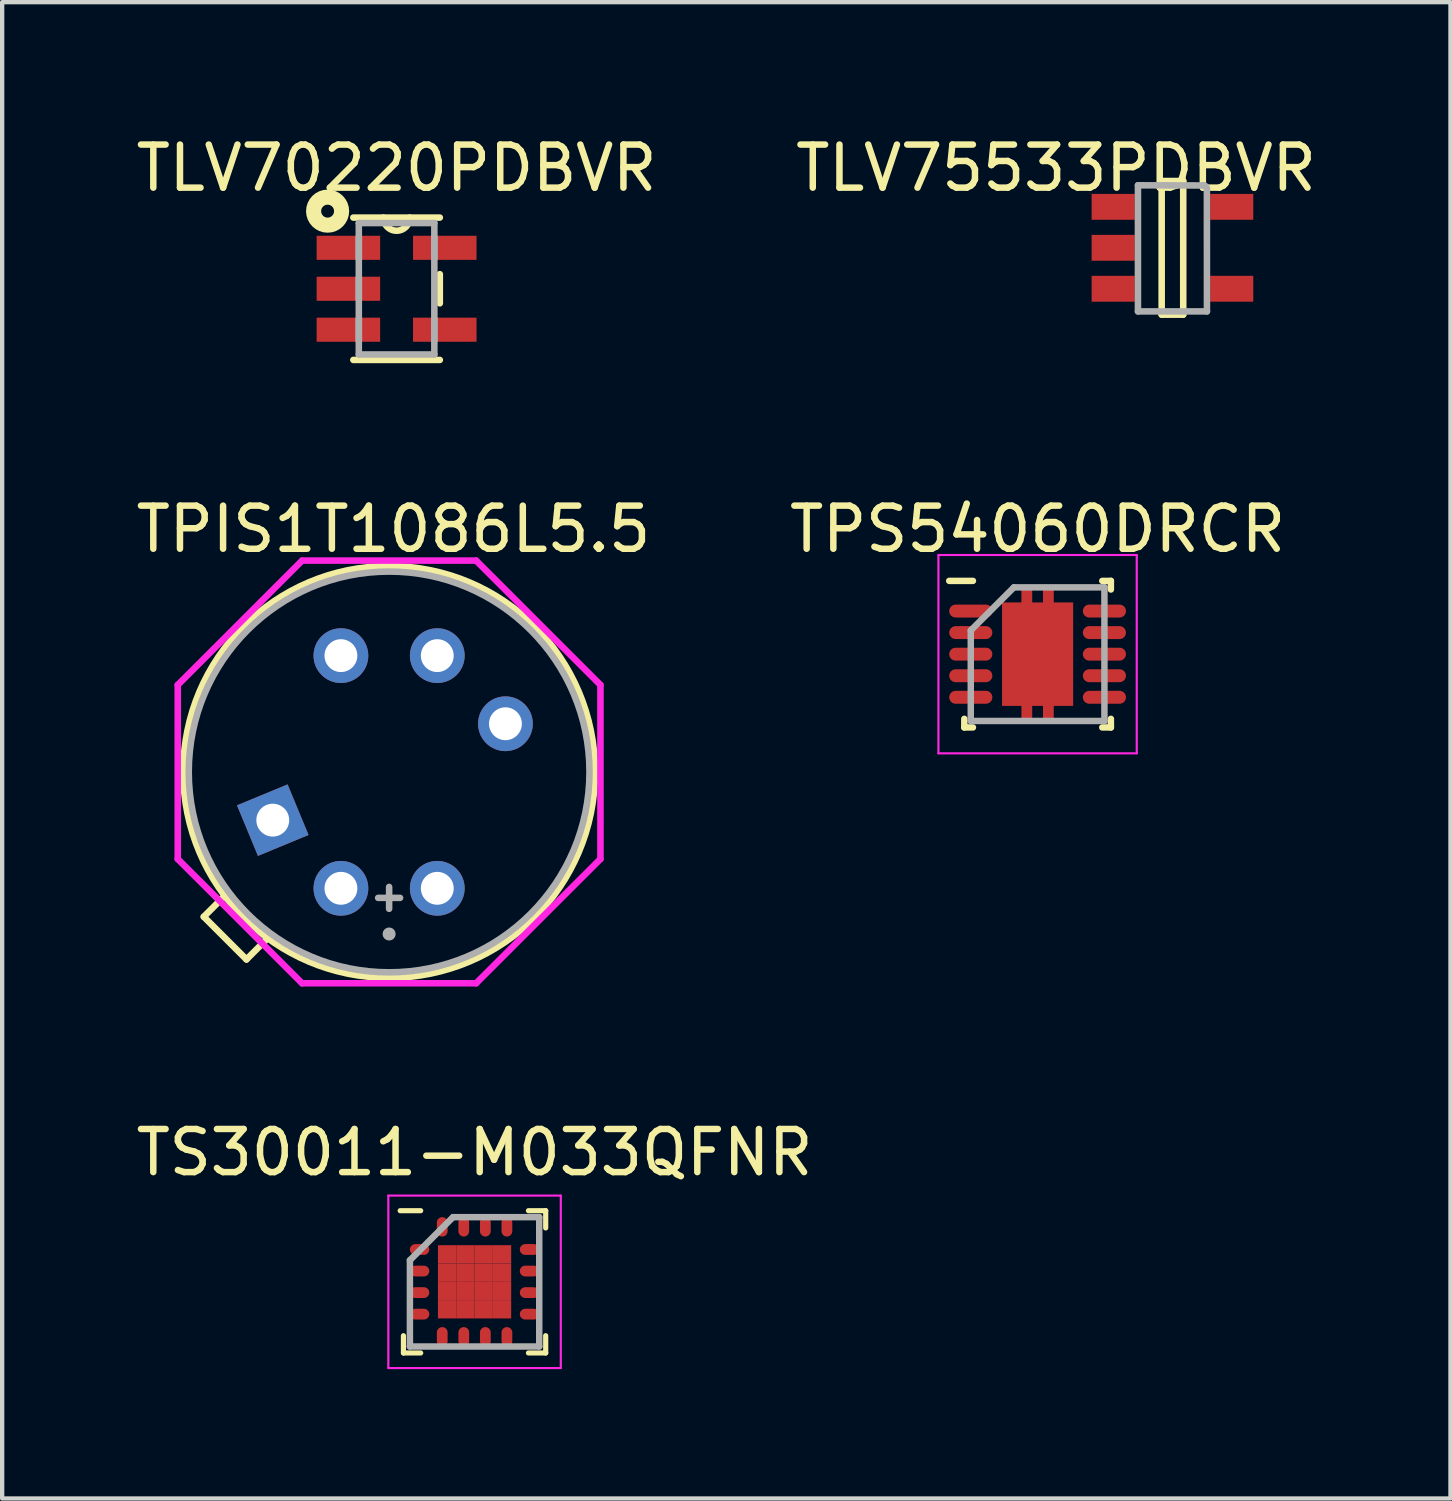
<source format=kicad_pcb>
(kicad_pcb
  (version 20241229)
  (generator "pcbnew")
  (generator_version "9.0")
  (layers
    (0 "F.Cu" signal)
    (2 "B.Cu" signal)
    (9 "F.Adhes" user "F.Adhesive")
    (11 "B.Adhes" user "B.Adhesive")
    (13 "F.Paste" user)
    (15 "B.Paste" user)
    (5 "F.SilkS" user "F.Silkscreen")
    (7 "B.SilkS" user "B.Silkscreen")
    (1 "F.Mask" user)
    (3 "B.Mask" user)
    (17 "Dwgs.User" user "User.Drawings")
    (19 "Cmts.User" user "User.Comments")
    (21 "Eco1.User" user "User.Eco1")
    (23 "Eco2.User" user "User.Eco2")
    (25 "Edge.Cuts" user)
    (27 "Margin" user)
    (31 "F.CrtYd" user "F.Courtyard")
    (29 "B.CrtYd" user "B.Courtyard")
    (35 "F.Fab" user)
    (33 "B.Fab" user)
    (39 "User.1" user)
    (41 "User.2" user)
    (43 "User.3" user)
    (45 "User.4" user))
  (footprint "TLV75533PDBVR"
    (layer "F.Cu")
    (at 24.146 2.698)
    (property "Reference" "TLV75533PDBVR" (at -2.7 -1.85 0) (layer "F.SilkS") (effects (font (size 1 1) (thickness 0.15))))
    (attr through_hole)
    (fp_line (start -0.25 -1.55) (end 0.25 -1.55) (stroke (width 0.152) (type solid)) (layer "F.SilkS"))
    (fp_line (start -0.25 1.55) (end -0.25 -1.55) (stroke (width 0.152) (type solid)) (layer "F.SilkS"))
    (fp_line (start -0.25 1.55) (end 0.25 1.55) (stroke (width 0.152) (type solid)) (layer "F.SilkS"))
    (fp_line (start 0.25 1.55) (end 0.25 -1.55) (stroke (width 0.152) (type solid)) (layer "F.SilkS"))
    (fp_line (start -0.8 -1.45) (end 0.723 -1.446) (stroke (width 0.152) (type solid)) (layer "F.Fab"))
    (fp_line (start -0.8 1.475) (end -0.8 -1.45) (stroke (width 0.152) (type solid)) (layer "F.Fab"))
    (fp_line (start -0.8 1.475) (end 0.8 1.475) (stroke (width 0.152) (type solid)) (layer "F.Fab"))
    (fp_line (start 0.723 -1.446) (end 0.724 -1.446) (stroke (width 0.152) (type solid)) (layer "F.Fab"))
    (fp_line (start 0.8 1.475) (end 0.799 -1.37) (stroke (width 0.152) (type solid)) (layer "F.Fab"))
    (fp_arc (start 0.723255 -1.445999) (mid 0.776606 -1.424209) (end 0.799447 -1.3713) (stroke (width 0.1524) (type solid)) (layer "F.Fab"))
    (pad "1" smd rect (at -1.375 -0.95 90) (size 0.6 1) (layers "F.Cu" "F.Mask" "F.Paste"))
    (pad "2" smd rect (at -1.375 0 90) (size 0.6 1) (layers "F.Cu" "F.Mask" "F.Paste"))
    (pad "3" smd rect (at -1.375 0.95 90) (size 0.6 1) (layers "F.Cu" "F.Mask" "F.Paste"))
    (pad "4" smd rect (at 1.375 0.95 90) (size 0.6 1) (layers "F.Cu" "F.Mask" "F.Paste"))
    (pad "5" smd rect (at 1.375 -0.95 90) (size 0.6 1) (layers "F.Cu" "F.Mask" "F.Paste")))
  (footprint "TS30011-M033QFNR"
    (layer "F.Cu")
    (at 7.958 26.683)
    (property "Reference" "TS30011-M033QFNR" (at 0 -3 0) (layer "F.SilkS") (effects (font (size 1 1) (thickness 0.15))))
    (attr through_hole)
    (fp_line (start -1.65 1.65) (end -1.65 1.25) (stroke (width 0.12) (type solid)) (layer "F.SilkS"))
    (fp_line (start -1.25 -1.65) (end -1.725 -1.65) (stroke (width 0.12) (type solid)) (layer "F.SilkS"))
    (fp_line (start -1.25 1.65) (end -1.65 1.65) (stroke (width 0.12) (type solid)) (layer "F.SilkS"))
    (fp_line (start 1.25 -1.65) (end 1.65 -1.65) (stroke (width 0.12) (type solid)) (layer "F.SilkS"))
    (fp_line (start 1.25 1.65) (end 1.65 1.65) (stroke (width 0.12) (type solid)) (layer "F.SilkS"))
    (fp_line (start 1.65 -1.65) (end 1.65 -1.25) (stroke (width 0.12) (type solid)) (layer "F.SilkS"))
    (fp_line (start 1.65 1.65) (end 1.65 1.25) (stroke (width 0.12) (type solid)) (layer "F.SilkS"))
    (fp_line (start -2 -2) (end 2 -2) (stroke (width 0.05) (type solid)) (layer "F.CrtYd"))
    (fp_line (start -2 2) (end -2 -2) (stroke (width 0.05) (type solid)) (layer "F.CrtYd"))
    (fp_line (start 2 -2) (end 2 2) (stroke (width 0.05) (type solid)) (layer "F.CrtYd"))
    (fp_line (start 2 2) (end -2 2) (stroke (width 0.05) (type solid)) (layer "F.CrtYd"))
    (fp_line (start -1.5 -0.5) (end -1.5 1.5) (stroke (width 0.15) (type solid)) (layer "F.Fab"))
    (fp_line (start -1.5 1.5) (end 1.5 1.5) (stroke (width 0.15) (type solid)) (layer "F.Fab"))
    (fp_line (start -0.5 -1.5) (end -1.5 -0.5) (stroke (width 0.15) (type solid)) (layer "F.Fab"))
    (fp_line (start 1.5 -1.5) (end -0.5 -1.5) (stroke (width 0.15) (type solid)) (layer "F.Fab"))
    (fp_line (start 1.5 1.5) (end 1.5 -1.5) (stroke (width 0.15) (type solid)) (layer "F.Fab"))
    (pad "1" smd oval (at -1.275 -0.75 90) (size 0.25 0.45) (layers "F.Cu" "F.Mask" "F.Paste"))
    (pad "2" smd oval (at -1.275 -0.25 90) (size 0.25 0.45) (layers "F.Cu" "F.Mask" "F.Paste"))
    (pad "3" smd oval (at -1.275 0.25 90) (size 0.25 0.45) (layers "F.Cu" "F.Mask" "F.Paste"))
    (pad "4" smd oval (at -1.275 0.75 90) (size 0.25 0.45) (layers "F.Cu" "F.Mask" "F.Paste"))
    (pad "5" smd oval (at -0.75 1.275) (size 0.25 0.45) (layers "F.Cu" "F.Mask" "F.Paste"))
    (pad "6" smd oval (at -0.25 1.275) (size 0.25 0.45) (layers "F.Cu" "F.Mask" "F.Paste"))
    (pad "7" smd oval (at 0.25 1.275) (size 0.25 0.45) (layers "F.Cu" "F.Mask" "F.Paste"))
    (pad "8" smd oval (at 0.75 1.275) (size 0.25 0.45) (layers "F.Cu" "F.Mask" "F.Paste"))
    (pad "9" smd oval (at 1.275 0.75 90) (size 0.25 0.45) (layers "F.Cu" "F.Mask" "F.Paste"))
    (pad "10" smd oval (at 1.275 0.25 90) (size 0.25 0.45) (layers "F.Cu" "F.Mask" "F.Paste"))
    (pad "11" smd oval (at 1.275 -0.25 90) (size 0.25 0.45) (layers "F.Cu" "F.Mask" "F.Paste"))
    (pad "12" smd oval (at 1.275 -0.75 90) (size 0.25 0.45) (layers "F.Cu" "F.Mask" "F.Paste"))
    (pad "13" smd oval (at 0.75 -1.275) (size 0.25 0.45) (layers "F.Cu" "F.Mask" "F.Paste"))
    (pad "14" smd oval (at 0.25 -1.275) (size 0.25 0.45) (layers "F.Cu" "F.Mask" "F.Paste"))
    (pad "15" smd oval (at -0.25 -1.275) (size 0.25 0.45) (layers "F.Cu" "F.Mask" "F.Paste"))
    (pad "16" smd oval (at -0.75 -1.275) (size 0.25 0.45) (layers "F.Cu" "F.Mask" "F.Paste"))
    (pad "17" smd rect (at -0.637 -0.637) (size 0.425 0.425) (layers "F.Cu" "F.Mask" "F.Paste"))
    (pad "17" smd rect (at -0.637 -0.212) (size 0.425 0.425) (layers "F.Cu" "F.Mask" "F.Paste"))
    (pad "17" smd rect (at -0.637 0.212) (size 0.425 0.425) (layers "F.Cu" "F.Mask" "F.Paste"))
    (pad "17" smd rect (at -0.637 0.637) (size 0.425 0.425) (layers "F.Cu" "F.Mask" "F.Paste"))
    (pad "17" smd rect (at -0.212 -0.637) (size 0.425 0.425) (layers "F.Cu" "F.Mask" "F.Paste"))
    (pad "17" smd rect (at -0.212 -0.212) (size 0.425 0.425) (layers "F.Cu" "F.Mask" "F.Paste"))
    (pad "17" smd rect (at -0.212 0.212) (size 0.425 0.425) (layers "F.Cu" "F.Mask" "F.Paste"))
    (pad "17" smd rect (at -0.212 0.637) (size 0.425 0.425) (layers "F.Cu" "F.Mask" "F.Paste"))
    (pad "17" smd rect (at 0.212 -0.637) (size 0.425 0.425) (layers "F.Cu" "F.Mask" "F.Paste"))
    (pad "17" smd rect (at 0.212 -0.212) (size 0.425 0.425) (layers "F.Cu" "F.Mask" "F.Paste"))
    (pad "17" smd rect (at 0.212 0.212) (size 0.425 0.425) (layers "F.Cu" "F.Mask" "F.Paste"))
    (pad "17" smd rect (at 0.212 0.637) (size 0.425 0.425) (layers "F.Cu" "F.Mask" "F.Paste"))
    (pad "17" smd rect (at 0.637 -0.637) (size 0.425 0.425) (layers "F.Cu" "F.Mask" "F.Paste"))
    (pad "17" smd rect (at 0.637 -0.212) (size 0.425 0.425) (layers "F.Cu" "F.Mask" "F.Paste"))
    (pad "17" smd rect (at 0.637 0.212) (size 0.425 0.425) (layers "F.Cu" "F.Mask" "F.Paste"))
    (pad "17" smd rect (at 0.637 0.637) (size 0.425 0.425) (layers "F.Cu" "F.Mask" "F.Paste")))
  (footprint "TPIS1T1086L5.5"
    (layer "F.Cu")
    (at 3.277 15.974)
    (property "Reference" "TPIS1T1086L5.5" (at 2.8 -6.75 0) (layer "F.SilkS") (effects (font (size 1 1) (thickness 0.15))))
    (attr through_hole)
    (fp_line (start -1.6 2.241) (end -1.133 1.774) (stroke (width 0.152) (type solid)) (layer "F.SilkS"))
    (fp_line (start -0.61 3.231) (end -1.6 2.241) (stroke (width 0.152) (type solid)) (layer "F.SilkS"))
    (fp_line (start -0.61 3.231) (end -0.143 2.764) (stroke (width 0.152) (type solid)) (layer "F.SilkS"))
    (fp_circle (center 2.699 -1.118) (end 7.474 -1.118) (stroke (width 0.152) (type solid)) (fill no) (layer "F.SilkS"))
    (fp_line (start -2.204 -3.136) (end 0.68 -6.02) (stroke (width 0.152) (type solid)) (layer "F.CrtYd"))
    (fp_line (start -2.204 0.901) (end -2.204 -3.136) (stroke (width 0.152) (type solid)) (layer "F.CrtYd"))
    (fp_line (start 0.68 -6.02) (end 4.717 -6.02) (stroke (width 0.152) (type solid)) (layer "F.CrtYd"))
    (fp_line (start 0.68 3.784) (end -2.204 0.901) (stroke (width 0.152) (type solid)) (layer "F.CrtYd"))
    (fp_line (start 4.717 -6.02) (end 7.601 -3.136) (stroke (width 0.152) (type solid)) (layer "F.CrtYd"))
    (fp_line (start 4.717 3.784) (end 0.68 3.784) (stroke (width 0.152) (type solid)) (layer "F.CrtYd"))
    (fp_line (start 7.601 -3.136) (end 7.601 0.901) (stroke (width 0.152) (type solid)) (layer "F.CrtYd"))
    (fp_line (start 7.601 0.901) (end 4.717 3.784) (stroke (width 0.152) (type solid)) (layer "F.CrtYd"))
    (fp_line (start 2.445 1.803) (end 2.953 1.803) (stroke (width 0.152) (type solid)) (layer "F.Fab"))
    (fp_line (start 2.699 2.057) (end 2.699 1.549) (stroke (width 0.152) (type solid)) (layer "F.Fab"))
    (fp_circle (center 2.699 -1.118) (end 7.347 -1.118) (stroke (width 0.152) (type solid)) (fill no) (layer "F.Fab"))
    (fp_circle (center 2.699 2.641) (end 2.699 2.641) (stroke (width 0.152) (type solid)) (fill no) (layer "F.Fab"))
    (pad "1" thru_hole rect (at 0 0 292.5) (size 1.27 1.27) (drill 0.762) (layers "*.Cu" "*.Mask"))
    (pad "2" thru_hole circle (at 1.581 1.581 337.5) (size 1.27 1.27) (drill 0.762) (layers "*.Cu" "*.Mask"))
    (pad "3" thru_hole circle (at 3.816 1.581 22.5) (size 1.27 1.27) (drill 0.762) (layers "*.Cu" "*.Mask"))
    (pad "4" thru_hole circle (at 5.397 -2.236 112.5) (size 1.27 1.27) (drill 0.762) (layers "*.Cu" "*.Mask"))
    (pad "5" thru_hole circle (at 3.816 -3.816 157.5) (size 1.27 1.27) (drill 0.762) (layers "*.Cu" "*.Mask"))
    (pad "6" thru_hole circle (at 1.581 -3.816 202.5) (size 1.27 1.27) (drill 0.762) (layers "*.Cu" "*.Mask")))
  (footprint "TLV70220PDBVR"
    (layer "F.Cu")
    (at 6.149 3.648)
    (property "Reference" "TLV70220PDBVR" (at 0 -2.8 0) (layer "F.SilkS") (effects (font (size 1 1) (thickness 0.15))))
    (attr through_hole)
    (fp_line (start -1.003 1.651) (end 1.003 1.651) (stroke (width 0.152) (type solid)) (layer "F.SilkS"))
    (fp_line (start 1.003 -1.651) (end -1.003 -1.651) (stroke (width 0.152) (type solid)) (layer "F.SilkS"))
    (fp_line (start 1.003 0.338) (end 1.003 -0.338) (stroke (width 0.152) (type solid)) (layer "F.SilkS"))
    (fp_arc (start 0.3048 -1.65) (mid 0 -1.3452) (end -0.3048 -1.65) (stroke (width 0.1524) (type solid)) (layer "F.SilkS"))
    (fp_circle (center -1.6 -1.8) (end -1.45 -1.8) (stroke (width 0.35) (type solid)) (fill no) (layer "F.SilkS"))
    (fp_line (start -0.876 -1.524) (end -0.876 1.524) (stroke (width 0.152) (type solid)) (layer "F.Fab"))
    (fp_line (start -0.876 -0.696) (end -0.876 -1.204) (stroke (width 0.152) (type solid)) (layer "F.Fab"))
    (fp_line (start -0.876 0.254) (end -0.876 -0.254) (stroke (width 0.152) (type solid)) (layer "F.Fab"))
    (fp_line (start -0.876 1.204) (end -0.876 0.696) (stroke (width 0.152) (type solid)) (layer "F.Fab"))
    (fp_line (start -0.876 1.524) (end 0.876 1.524) (stroke (width 0.152) (type solid)) (layer "F.Fab"))
    (fp_line (start 0.876 -1.524) (end -0.876 -1.524) (stroke (width 0.152) (type solid)) (layer "F.Fab"))
    (fp_line (start 0.876 -1.204) (end 0.876 -0.696) (stroke (width 0.152) (type solid)) (layer "F.Fab"))
    (fp_line (start 0.876 0.696) (end 0.876 1.204) (stroke (width 0.152) (type solid)) (layer "F.Fab"))
    (fp_line (start 0.876 1.524) (end 0.876 -1.524) (stroke (width 0.152) (type solid)) (layer "F.Fab"))
    (pad "1" smd rect (at -1.118 -0.95) (size 1.473 0.559) (layers "F.Cu" "F.Mask" "F.Paste"))
    (pad "2" smd rect (at -1.118 0) (size 1.473 0.559) (layers "F.Cu" "F.Mask" "F.Paste"))
    (pad "3" smd rect (at -1.118 0.95) (size 1.473 0.559) (layers "F.Cu" "F.Mask" "F.Paste"))
    (pad "4" smd rect (at 1.118 0.95) (size 1.473 0.559) (layers "F.Cu" "F.Mask" "F.Paste"))
    (pad "5" smd rect (at 1.118 -0.95) (size 1.473 0.559) (layers "F.Cu" "F.Mask" "F.Paste")))
  (footprint "TPS54060DRCR"
    (layer "F.Cu")
    (at 21.018 12.124)
    (property "Reference" "TPS54060DRCR" (at 0 -2.9 0) (layer "F.SilkS") (effects (font (size 1 1) (thickness 0.15))))
    (attr through_hole)
    (fp_line (start -1.7 1.7) (end -1.7 1.5) (stroke (width 0.15) (type solid)) (layer "F.SilkS"))
    (fp_line (start -1.5 -1.7) (end -2.05 -1.7) (stroke (width 0.15) (type solid)) (layer "F.SilkS"))
    (fp_line (start -1.5 1.7) (end -1.7 1.7) (stroke (width 0.15) (type solid)) (layer "F.SilkS"))
    (fp_line (start 1.5 -1.7) (end 1.7 -1.7) (stroke (width 0.15) (type solid)) (layer "F.SilkS"))
    (fp_line (start 1.5 1.7) (end 1.7 1.7) (stroke (width 0.15) (type solid)) (layer "F.SilkS"))
    (fp_line (start 1.7 -1.7) (end 1.7 -1.5) (stroke (width 0.15) (type solid)) (layer "F.SilkS"))
    (fp_line (start 1.7 1.7) (end 1.7 1.5) (stroke (width 0.15) (type solid)) (layer "F.SilkS"))
    (fp_line (start -2.3 -2.3) (end 2.3 -2.3) (stroke (width 0.05) (type solid)) (layer "F.CrtYd"))
    (fp_line (start -2.3 2.3) (end -2.3 -2.3) (stroke (width 0.05) (type solid)) (layer "F.CrtYd"))
    (fp_line (start 2.3 -2.3) (end 2.3 2.3) (stroke (width 0.05) (type solid)) (layer "F.CrtYd"))
    (fp_line (start 2.3 2.3) (end -2.3 2.3) (stroke (width 0.05) (type solid)) (layer "F.CrtYd"))
    (fp_line (start -1.55 -0.55) (end -1.55 1.55) (stroke (width 0.15) (type solid)) (layer "F.Fab"))
    (fp_line (start -1.55 1.55) (end 1.55 1.55) (stroke (width 0.15) (type solid)) (layer "F.Fab"))
    (fp_line (start -0.55 -1.55) (end -1.55 -0.55) (stroke (width 0.15) (type solid)) (layer "F.Fab"))
    (fp_line (start 1.55 -1.55) (end -0.55 -1.55) (stroke (width 0.15) (type solid)) (layer "F.Fab"))
    (fp_line (start 1.55 1.55) (end 1.55 -1.55) (stroke (width 0.15) (type solid)) (layer "F.Fab"))
    (pad "1" smd oval (at -1.55 -1) (size 1 0.3) (layers "F.Cu" "F.Mask" "F.Paste"))
    (pad "2" smd oval (at -1.55 -0.5) (size 1 0.3) (layers "F.Cu" "F.Mask" "F.Paste"))
    (pad "3" smd oval (at -1.55 0) (size 1 0.3) (layers "F.Cu" "F.Mask" "F.Paste"))
    (pad "4" smd oval (at -1.55 0.5) (size 1 0.3) (layers "F.Cu" "F.Mask" "F.Paste"))
    (pad "5" smd oval (at -1.55 1) (size 1 0.3) (layers "F.Cu" "F.Mask" "F.Paste"))
    (pad "6" smd oval (at 1.55 1) (size 1 0.3) (layers "F.Cu" "F.Mask" "F.Paste"))
    (pad "7" smd oval (at 1.55 0.5) (size 1 0.3) (layers "F.Cu" "F.Mask" "F.Paste"))
    (pad "8" smd oval (at 1.55 0) (size 1 0.3) (layers "F.Cu" "F.Mask" "F.Paste"))
    (pad "9" smd oval (at 1.55 -0.5) (size 1 0.3) (layers "F.Cu" "F.Mask" "F.Paste"))
    (pad "10" smd oval (at 1.55 -1) (size 1 0.3) (layers "F.Cu" "F.Mask" "F.Paste"))
    (pad "11" smd rect (at -0.25 -1.35) (size 0.25 0.35) (layers "F.Cu" "F.Mask" "F.Paste"))
    (pad "11" smd rect (at -0.25 1.35) (size 0.25 0.35) (layers "F.Cu" "F.Mask" "F.Paste"))
    (pad "11" smd rect (at 0 0) (size 1.65 2.4) (layers "F.Cu" "F.Mask" "F.Paste"))
    (pad "11" smd rect (at 0.25 -1.35) (size 0.25 0.35) (layers "F.Cu" "F.Mask" "F.Paste"))
    (pad "11" smd rect (at 0.25 1.35) (size 0.25 0.35) (layers "F.Cu" "F.Mask" "F.Paste")))
  (gr_rect
    (start -3 -3)
    (end 30.595 31.708)
    (stroke (width 0.1) (type default))
    (fill no)
    (layer "Edge.Cuts")))
</source>
